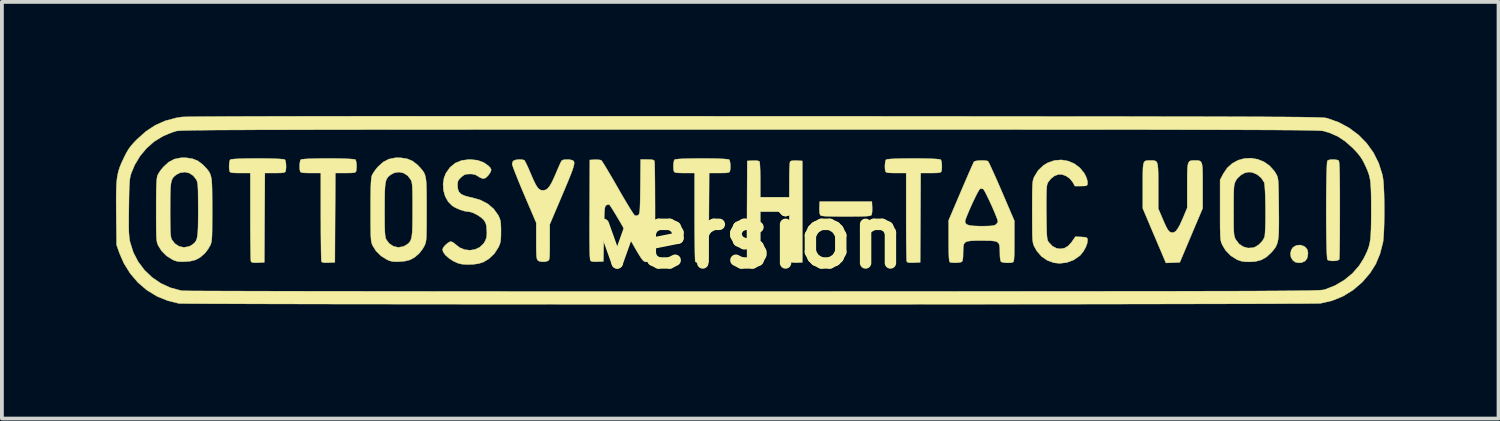
<source format=kicad_pcb>
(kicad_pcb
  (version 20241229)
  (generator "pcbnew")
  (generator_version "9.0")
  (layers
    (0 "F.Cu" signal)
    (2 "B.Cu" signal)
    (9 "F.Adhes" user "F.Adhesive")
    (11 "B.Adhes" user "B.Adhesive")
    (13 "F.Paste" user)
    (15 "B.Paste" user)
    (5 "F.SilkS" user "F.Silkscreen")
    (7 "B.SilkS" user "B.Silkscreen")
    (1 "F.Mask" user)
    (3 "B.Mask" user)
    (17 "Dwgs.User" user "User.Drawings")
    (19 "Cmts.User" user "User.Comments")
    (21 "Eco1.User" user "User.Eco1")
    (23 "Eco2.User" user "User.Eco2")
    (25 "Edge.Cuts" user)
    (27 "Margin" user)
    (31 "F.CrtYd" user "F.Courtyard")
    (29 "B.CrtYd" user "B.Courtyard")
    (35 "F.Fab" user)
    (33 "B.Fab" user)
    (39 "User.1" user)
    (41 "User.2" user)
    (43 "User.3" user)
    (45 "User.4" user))
  (footprint "version"
    (layer "F.Cu")
    (at 16.665 3.176)
    (property "Reference" "version" (at 0 0 0) (layer "F.SilkS") (effects (font (size 1.524 1.524) (thickness 0.3))))
    (attr through_hole)
    (fp_poly (pts (xy 14.575 0.248) (xy 14.616 0.278) (xy 14.662 0.336) (xy 14.68 0.408) (xy 14.681 0.45) (xy 14.662 0.562) (xy 14.606 0.639) (xy 14.515 0.68) (xy 14.453 0.686) (xy 14.361 0.673) (xy 14.291 0.628) (xy 14.286 0.623) (xy 14.235 0.54) (xy 14.221 0.441) (xy 14.243 0.344) (xy 14.289 0.278) (xy 14.377 0.227) (xy 14.479 0.217) (xy 14.575 0.248)) (stroke (width 0.01) (type solid)) (fill yes) (layer "F.SilkS"))
    (fp_poly (pts (xy 3.221 -0.766) (xy 3.22 -0.665) (xy 3.21 -0.593) (xy 3.199 -0.569) (xy 3.181 -0.558) (xy 3.144 -0.549) (xy 3.083 -0.543) (xy 2.993 -0.538) (xy 2.868 -0.535) (xy 2.702 -0.534) (xy 2.527 -0.533) (xy 2.323 -0.534) (xy 2.164 -0.536) (xy 2.045 -0.539) (xy 1.96 -0.543) (xy 1.903 -0.55) (xy 1.87 -0.56) (xy 1.856 -0.569) (xy 1.84 -0.617) (xy 1.833 -0.702) (xy 1.834 -0.766) (xy 1.841 -0.927) (xy 3.213 -0.927) (xy 3.221 -0.766)) (stroke (width 0.01) (type solid)) (fill yes) (layer "F.SilkS"))
    (fp_poly (pts (xy 15.398 -2.028) (xy 15.464 -2.015) (xy 15.489 -2.002) (xy 15.496 -1.981) (xy 15.503 -1.933) (xy 15.508 -1.854) (xy 15.512 -1.743) (xy 15.515 -1.594) (xy 15.517 -1.406) (xy 15.519 -1.175) (xy 15.519 -0.898) (xy 15.519 -0.708) (xy 15.519 -0.459) (xy 15.518 -0.224) (xy 15.517 -0.009) (xy 15.515 0.181) (xy 15.513 0.341) (xy 15.51 0.467) (xy 15.507 0.552) (xy 15.504 0.593) (xy 15.504 0.595) (xy 15.471 0.619) (xy 15.406 0.632) (xy 15.328 0.636) (xy 15.253 0.629) (xy 15.2 0.61) (xy 15.194 0.605) (xy 15.187 0.572) (xy 15.181 0.495) (xy 15.175 0.38) (xy 15.171 0.231) (xy 15.167 0.055) (xy 15.164 -0.142) (xy 15.162 -0.354) (xy 15.161 -0.575) (xy 15.161 -0.8) (xy 15.162 -1.022) (xy 15.164 -1.235) (xy 15.167 -1.434) (xy 15.17 -1.612) (xy 15.175 -1.764) (xy 15.18 -1.883) (xy 15.186 -1.964) (xy 15.194 -2.001) (xy 15.194 -2.002) (xy 15.241 -2.022) (xy 15.316 -2.031) (xy 15.398 -2.028)) (stroke (width 0.01) (type solid)) (fill yes) (layer "F.SilkS"))
    (fp_poly (pts (xy -12.81 -2.059) (xy -12.649 -2.057) (xy -12.502 -2.053) (xy -12.378 -2.047) (xy -12.285 -2.04) (xy -12.232 -2.031) (xy -12.222 -2.027) (xy -12.205 -1.984) (xy -12.195 -1.911) (xy -12.192 -1.826) (xy -12.199 -1.75) (xy -12.207 -1.717) (xy -12.223 -1.698) (xy -12.259 -1.686) (xy -12.323 -1.679) (xy -12.426 -1.677) (xy -12.487 -1.676) (xy -12.75 -1.676) (xy -12.757 -0.502) (xy -12.764 0.673) (xy -12.932 0.681) (xy -13.026 0.682) (xy -13.082 0.676) (xy -13.109 0.659) (xy -13.116 0.647) (xy -13.119 0.613) (xy -13.122 0.535) (xy -13.125 0.416) (xy -13.127 0.262) (xy -13.129 0.079) (xy -13.131 -0.129) (xy -13.132 -0.355) (xy -13.132 -0.535) (xy -13.132 -1.676) (xy -13.396 -1.676) (xy -13.518 -1.678) (xy -13.599 -1.682) (xy -13.646 -1.692) (xy -13.67 -1.707) (xy -13.675 -1.717) (xy -13.688 -1.779) (xy -13.69 -1.861) (xy -13.685 -1.943) (xy -13.671 -2.007) (xy -13.66 -2.027) (xy -13.626 -2.037) (xy -13.548 -2.045) (xy -13.437 -2.051) (xy -13.299 -2.055) (xy -13.143 -2.058) (xy -12.977 -2.059) (xy -12.81 -2.059)) (stroke (width 0.01) (type solid)) (fill yes) (layer "F.SilkS"))
    (fp_poly (pts (xy -10.956 -2.059) (xy -10.794 -2.057) (xy -10.648 -2.053) (xy -10.524 -2.047) (xy -10.431 -2.04) (xy -10.377 -2.031) (xy -10.368 -2.027) (xy -10.351 -1.984) (xy -10.34 -1.911) (xy -10.338 -1.826) (xy -10.345 -1.75) (xy -10.353 -1.717) (xy -10.369 -1.698) (xy -10.404 -1.686) (xy -10.469 -1.679) (xy -10.571 -1.677) (xy -10.632 -1.676) (xy -10.896 -1.676) (xy -10.903 -0.502) (xy -10.909 0.673) (xy -11.078 0.681) (xy -11.172 0.682) (xy -11.227 0.676) (xy -11.255 0.659) (xy -11.262 0.647) (xy -11.265 0.613) (xy -11.268 0.535) (xy -11.271 0.416) (xy -11.273 0.262) (xy -11.275 0.079) (xy -11.277 -0.129) (xy -11.277 -0.355) (xy -11.278 -0.535) (xy -11.278 -1.676) (xy -11.542 -1.676) (xy -11.664 -1.678) (xy -11.745 -1.682) (xy -11.792 -1.692) (xy -11.816 -1.707) (xy -11.821 -1.717) (xy -11.833 -1.779) (xy -11.836 -1.861) (xy -11.83 -1.943) (xy -11.817 -2.007) (xy -11.806 -2.027) (xy -11.771 -2.037) (xy -11.694 -2.045) (xy -11.583 -2.051) (xy -11.445 -2.055) (xy -11.289 -2.058) (xy -11.123 -2.059) (xy -10.956 -2.059)) (stroke (width 0.01) (type solid)) (fill yes) (layer "F.SilkS"))
    (fp_poly (pts (xy -1.126 -2.059) (xy -0.965 -2.057) (xy -0.818 -2.053) (xy -0.694 -2.047) (xy -0.601 -2.04) (xy -0.548 -2.031) (xy -0.538 -2.027) (xy -0.521 -1.984) (xy -0.511 -1.911) (xy -0.508 -1.826) (xy -0.515 -1.75) (xy -0.523 -1.717) (xy -0.539 -1.698) (xy -0.575 -1.686) (xy -0.639 -1.679) (xy -0.742 -1.677) (xy -0.803 -1.676) (xy -1.066 -1.676) (xy -1.073 -0.502) (xy -1.079 0.673) (xy -1.248 0.681) (xy -1.342 0.682) (xy -1.398 0.676) (xy -1.425 0.659) (xy -1.432 0.647) (xy -1.435 0.613) (xy -1.438 0.535) (xy -1.441 0.416) (xy -1.443 0.262) (xy -1.445 0.079) (xy -1.447 -0.129) (xy -1.448 -0.355) (xy -1.448 -0.535) (xy -1.448 -1.676) (xy -1.712 -1.676) (xy -1.834 -1.678) (xy -1.915 -1.682) (xy -1.962 -1.692) (xy -1.986 -1.707) (xy -1.991 -1.717) (xy -2.004 -1.779) (xy -2.006 -1.861) (xy -2.001 -1.943) (xy -1.987 -2.007) (xy -1.976 -2.027) (xy -1.942 -2.037) (xy -1.864 -2.045) (xy -1.753 -2.051) (xy -1.615 -2.055) (xy -1.459 -2.058) (xy -1.293 -2.059) (xy -1.126 -2.059)) (stroke (width 0.01) (type solid)) (fill yes) (layer "F.SilkS"))
    (fp_poly (pts (xy 4.437 -2.059) (xy 4.598 -2.057) (xy 4.745 -2.053) (xy 4.868 -2.047) (xy 4.961 -2.04) (xy 5.015 -2.031) (xy 5.024 -2.027) (xy 5.042 -1.984) (xy 5.052 -1.911) (xy 5.054 -1.826) (xy 5.048 -1.75) (xy 5.039 -1.717) (xy 5.024 -1.698) (xy 4.988 -1.686) (xy 4.923 -1.679) (xy 4.821 -1.677) (xy 4.76 -1.676) (xy 4.496 -1.676) (xy 4.49 -0.502) (xy 4.483 0.673) (xy 4.315 0.681) (xy 4.22 0.682) (xy 4.165 0.676) (xy 4.137 0.659) (xy 4.131 0.647) (xy 4.127 0.613) (xy 4.124 0.535) (xy 4.122 0.416) (xy 4.119 0.262) (xy 4.117 0.079) (xy 4.116 -0.129) (xy 4.115 -0.355) (xy 4.115 -0.535) (xy 4.115 -1.676) (xy 3.851 -1.676) (xy 3.728 -1.678) (xy 3.648 -1.682) (xy 3.6 -1.692) (xy 3.577 -1.707) (xy 3.571 -1.717) (xy 3.559 -1.779) (xy 3.556 -1.861) (xy 3.562 -1.943) (xy 3.575 -2.007) (xy 3.586 -2.027) (xy 3.621 -2.037) (xy 3.698 -2.045) (xy 3.81 -2.051) (xy 3.947 -2.055) (xy 4.103 -2.058) (xy 4.269 -2.059) (xy 4.437 -2.059)) (stroke (width 0.01) (type solid)) (fill yes) (layer "F.SilkS"))
    (fp_poly (pts (xy 1.234 -2.002) (xy 1.384 -1.994) (xy 1.384 0.673) (xy 1.249 0.681) (xy 1.161 0.68) (xy 1.095 0.668) (xy 1.077 0.659) (xy 1.066 0.641) (xy 1.057 0.605) (xy 1.051 0.545) (xy 1.046 0.456) (xy 1.043 0.332) (xy 1.042 0.167) (xy 1.041 -0.016) (xy 1.041 -0.66) (xy 0.279 -0.66) (xy 0.279 -0.027) (xy 0.279 0.149) (xy 0.277 0.309) (xy 0.275 0.446) (xy 0.271 0.554) (xy 0.267 0.623) (xy 0.264 0.646) (xy 0.232 0.668) (xy 0.167 0.683) (xy 0.088 0.688) (xy 0.011 0.684) (xy -0.046 0.67) (xy -0.065 0.654) (xy -0.067 0.623) (xy -0.069 0.546) (xy -0.07 0.429) (xy -0.071 0.275) (xy -0.072 0.09) (xy -0.072 -0.122) (xy -0.071 -0.355) (xy -0.07 -0.604) (xy -0.07 -0.686) (xy -0.064 -1.994) (xy 0.087 -2.002) (xy 0.189 -2.001) (xy 0.246 -1.987) (xy 0.258 -1.976) (xy 0.264 -1.941) (xy 0.27 -1.864) (xy 0.275 -1.754) (xy 0.278 -1.62) (xy 0.279 -1.492) (xy 0.279 -1.041) (xy 1.041 -1.041) (xy 1.042 -1.492) (xy 1.043 -1.64) (xy 1.046 -1.771) (xy 1.051 -1.877) (xy 1.057 -1.949) (xy 1.063 -1.976) (xy 1.101 -1.997) (xy 1.183 -2.003) (xy 1.234 -2.002)) (stroke (width 0.01) (type solid)) (fill yes) (layer "F.SilkS"))
    (fp_poly (pts (xy 10.55 -2.007) (xy 10.608 -2.006) (xy 10.654 -1.999) (xy 10.688 -1.982) (xy 10.712 -1.948) (xy 10.728 -1.891) (xy 10.737 -1.805) (xy 10.742 -1.686) (xy 10.744 -1.527) (xy 10.744 -1.334) (xy 10.744 -0.74) (xy 10.851 -0.491) (xy 10.911 -0.351) (xy 10.958 -0.252) (xy 10.996 -0.185) (xy 11.029 -0.144) (xy 11.063 -0.121) (xy 11.092 -0.111) (xy 11.146 -0.111) (xy 11.2 -0.142) (xy 11.254 -0.209) (xy 11.314 -0.315) (xy 11.383 -0.467) (xy 11.391 -0.485) (xy 11.506 -0.76) (xy 11.506 -1.344) (xy 11.506 -1.544) (xy 11.508 -1.699) (xy 11.513 -1.815) (xy 11.524 -1.898) (xy 11.541 -1.952) (xy 11.567 -1.985) (xy 11.603 -2.001) (xy 11.652 -2.006) (xy 11.709 -2.007) (xy 11.771 -2.006) (xy 11.818 -2) (xy 11.854 -1.983) (xy 11.879 -1.95) (xy 11.896 -1.894) (xy 11.906 -1.81) (xy 11.911 -1.693) (xy 11.912 -1.536) (xy 11.912 -1.338) (xy 11.912 -0.749) (xy 11.611 -0.038) (xy 11.311 0.673) (xy 11.128 0.681) (xy 10.946 0.688) (xy 10.91 0.604) (xy 10.891 0.559) (xy 10.855 0.474) (xy 10.805 0.356) (xy 10.744 0.214) (xy 10.676 0.052) (xy 10.606 -0.111) (xy 10.338 -0.744) (xy 10.338 -1.349) (xy 10.338 -1.548) (xy 10.339 -1.703) (xy 10.343 -1.818) (xy 10.352 -1.9) (xy 10.368 -1.954) (xy 10.393 -1.986) (xy 10.428 -2.001) (xy 10.475 -2.006) (xy 10.537 -2.007) (xy 10.55 -2.007)) (stroke (width 0.01) (type solid)) (fill yes) (layer "F.SilkS"))
    (fp_poly (pts (xy -4.743 -2.028) (xy -4.68 -2.016) (xy -4.648 -2.004) (xy -4.627 -1.986) (xy -4.616 -1.956) (xy -4.618 -1.91) (xy -4.633 -1.843) (xy -4.662 -1.751) (xy -4.708 -1.63) (xy -4.771 -1.475) (xy -4.852 -1.281) (xy -4.926 -1.106) (xy -5.258 -0.325) (xy -5.258 0.141) (xy -5.258 0.306) (xy -5.26 0.428) (xy -5.263 0.513) (xy -5.269 0.57) (xy -5.278 0.604) (xy -5.291 0.623) (xy -5.307 0.634) (xy -5.382 0.656) (xy -5.468 0.658) (xy -5.544 0.64) (xy -5.573 0.62) (xy -5.588 0.599) (xy -5.598 0.562) (xy -5.606 0.503) (xy -5.61 0.415) (xy -5.613 0.291) (xy -5.613 0.123) (xy -5.613 0.107) (xy -5.613 -0.367) (xy -5.931 -1.11) (xy -6.009 -1.295) (xy -6.08 -1.466) (xy -6.141 -1.619) (xy -6.191 -1.747) (xy -6.227 -1.843) (xy -6.246 -1.903) (xy -6.248 -1.916) (xy -6.229 -1.978) (xy -6.199 -2.006) (xy -6.138 -2.024) (xy -6.057 -2.031) (xy -5.978 -2.027) (xy -5.927 -2.013) (xy -5.908 -1.984) (xy -5.873 -1.916) (xy -5.828 -1.82) (xy -5.777 -1.702) (xy -5.755 -1.651) (xy -5.687 -1.494) (xy -5.631 -1.379) (xy -5.582 -1.3) (xy -5.537 -1.251) (xy -5.489 -1.226) (xy -5.435 -1.219) (xy -5.434 -1.219) (xy -5.373 -1.23) (xy -5.317 -1.265) (xy -5.262 -1.33) (xy -5.203 -1.431) (xy -5.136 -1.574) (xy -5.103 -1.651) (xy -5.052 -1.77) (xy -5.007 -1.874) (xy -4.97 -1.953) (xy -4.948 -1.996) (xy -4.946 -2) (xy -4.904 -2.021) (xy -4.83 -2.031) (xy -4.743 -2.028)) (stroke (width 0.01) (type solid)) (fill yes) (layer "F.SilkS"))
    (fp_poly (pts (xy 8.375 -1.991) (xy 8.539 -1.921) (xy 8.682 -1.813) (xy 8.798 -1.671) (xy 8.844 -1.582) (xy 8.873 -1.5) (xy 8.886 -1.424) (xy 8.885 -1.402) (xy 8.878 -1.365) (xy 8.86 -1.345) (xy 8.819 -1.336) (xy 8.741 -1.334) (xy 8.714 -1.333) (xy 8.552 -1.333) (xy 8.495 -1.435) (xy 8.42 -1.529) (xy 8.319 -1.6) (xy 8.209 -1.639) (xy 8.116 -1.64) (xy 8.013 -1.599) (xy 7.917 -1.524) (xy 7.845 -1.43) (xy 7.822 -1.376) (xy 7.813 -1.316) (xy 7.806 -1.208) (xy 7.802 -1.055) (xy 7.801 -0.86) (xy 7.802 -0.625) (xy 7.803 -0.605) (xy 7.805 -0.401) (xy 7.808 -0.241) (xy 7.811 -0.12) (xy 7.816 -0.031) (xy 7.822 0.033) (xy 7.831 0.078) (xy 7.842 0.109) (xy 7.856 0.134) (xy 7.863 0.143) (xy 7.961 0.247) (xy 8.068 0.303) (xy 8.166 0.318) (xy 8.274 0.301) (xy 8.369 0.247) (xy 8.46 0.15) (xy 8.492 0.104) (xy 8.565 -0.002) (xy 8.721 0.005) (xy 8.807 0.011) (xy 8.855 0.021) (xy 8.877 0.041) (xy 8.885 0.078) (xy 8.885 0.081) (xy 8.876 0.168) (xy 8.838 0.273) (xy 8.778 0.381) (xy 8.704 0.475) (xy 8.681 0.498) (xy 8.522 0.609) (xy 8.342 0.677) (xy 8.152 0.7) (xy 8.005 0.685) (xy 7.831 0.624) (xy 7.678 0.52) (xy 7.552 0.377) (xy 7.483 0.254) (xy 7.468 0.22) (xy 7.456 0.184) (xy 7.447 0.14) (xy 7.44 0.083) (xy 7.435 0.006) (xy 7.432 -0.097) (xy 7.431 -0.232) (xy 7.43 -0.404) (xy 7.43 -0.621) (xy 7.429 -0.66) (xy 7.43 -0.884) (xy 7.43 -1.063) (xy 7.432 -1.204) (xy 7.435 -1.311) (xy 7.439 -1.392) (xy 7.446 -1.453) (xy 7.454 -1.498) (xy 7.466 -1.535) (xy 7.48 -1.57) (xy 7.483 -1.576) (xy 7.587 -1.746) (xy 7.726 -1.878) (xy 7.84 -1.946) (xy 8.017 -2.007) (xy 8.198 -2.021) (xy 8.375 -1.991)) (stroke (width 0.01) (type solid)) (fill yes) (layer "F.SilkS"))
    (fp_poly (pts (xy -7.158 -2.012) (xy -6.992 -1.951) (xy -6.874 -1.868) (xy -6.819 -1.811) (xy -6.798 -1.762) (xy -6.812 -1.707) (xy -6.861 -1.633) (xy -6.882 -1.607) (xy -6.947 -1.545) (xy -7.013 -1.528) (xy -7.092 -1.557) (xy -7.137 -1.587) (xy -7.212 -1.63) (xy -7.297 -1.649) (xy -7.359 -1.651) (xy -7.446 -1.646) (xy -7.508 -1.626) (xy -7.569 -1.582) (xy -7.589 -1.564) (xy -7.648 -1.503) (xy -7.676 -1.449) (xy -7.683 -1.379) (xy -7.684 -1.365) (xy -7.676 -1.26) (xy -7.647 -1.181) (xy -7.591 -1.123) (xy -7.501 -1.079) (xy -7.37 -1.043) (xy -7.301 -1.029) (xy -7.079 -0.965) (xy -6.889 -0.866) (xy -6.733 -0.733) (xy -6.615 -0.569) (xy -6.599 -0.538) (xy -6.572 -0.477) (xy -6.555 -0.415) (xy -6.545 -0.338) (xy -6.541 -0.234) (xy -6.54 -0.14) (xy -6.542 -0.012) (xy -6.547 0.08) (xy -6.558 0.149) (xy -6.578 0.211) (xy -6.609 0.28) (xy -6.611 0.283) (xy -6.717 0.446) (xy -6.859 0.58) (xy -7.007 0.668) (xy -7.126 0.705) (xy -7.273 0.726) (xy -7.428 0.731) (xy -7.572 0.72) (xy -7.671 0.696) (xy -7.798 0.638) (xy -7.91 0.564) (xy -8.001 0.483) (xy -8.059 0.402) (xy -8.077 0.336) (xy -8.058 0.285) (xy -8.009 0.225) (xy -7.946 0.169) (xy -7.886 0.133) (xy -7.858 0.127) (xy -7.807 0.145) (xy -7.75 0.188) (xy -7.745 0.193) (xy -7.629 0.285) (xy -7.497 0.339) (xy -7.359 0.355) (xy -7.223 0.334) (xy -7.102 0.278) (xy -7.003 0.186) (xy -6.965 0.127) (xy -6.932 0.053) (xy -6.915 -0.018) (xy -6.911 -0.108) (xy -6.914 -0.167) (xy -6.922 -0.274) (xy -6.939 -0.348) (xy -6.97 -0.408) (xy -6.991 -0.439) (xy -7.059 -0.504) (xy -7.153 -0.568) (xy -7.257 -0.622) (xy -7.352 -0.654) (xy -7.398 -0.66) (xy -7.501 -0.675) (xy -7.623 -0.713) (xy -7.743 -0.767) (xy -7.821 -0.814) (xy -7.929 -0.922) (xy -8.007 -1.061) (xy -8.052 -1.22) (xy -8.063 -1.387) (xy -8.037 -1.551) (xy -7.987 -1.674) (xy -7.879 -1.826) (xy -7.745 -1.936) (xy -7.582 -2.004) (xy -7.39 -2.031) (xy -7.353 -2.032) (xy -7.158 -2.012)) (stroke (width 0.01) (type solid)) (fill yes) (layer "F.SilkS"))
    (fp_poly (pts (xy -2.595 -2.029) (xy -2.537 -2.019) (xy -2.509 -2) (xy -2.505 -1.992) (xy -2.502 -1.959) (xy -2.499 -1.881) (xy -2.496 -1.761) (xy -2.494 -1.606) (xy -2.492 -1.421) (xy -2.491 -1.209) (xy -2.49 -0.977) (xy -2.489 -0.728) (xy -2.489 -0.676) (xy -2.49 -0.369) (xy -2.491 -0.109) (xy -2.492 0.106) (xy -2.495 0.28) (xy -2.498 0.415) (xy -2.503 0.514) (xy -2.508 0.582) (xy -2.515 0.62) (xy -2.52 0.63) (xy -2.562 0.648) (xy -2.634 0.659) (xy -2.67 0.66) (xy -2.705 0.661) (xy -2.735 0.66) (xy -2.761 0.654) (xy -2.787 0.639) (xy -2.817 0.609) (xy -2.853 0.562) (xy -2.898 0.492) (xy -2.956 0.397) (xy -3.029 0.271) (xy -3.121 0.111) (xy -3.234 -0.088) (xy -3.273 -0.156) (xy -3.37 -0.325) (xy -3.46 -0.479) (xy -3.541 -0.614) (xy -3.608 -0.723) (xy -3.658 -0.8) (xy -3.688 -0.842) (xy -3.694 -0.847) (xy -3.74 -0.844) (xy -3.776 -0.826) (xy -3.79 -0.812) (xy -3.801 -0.791) (xy -3.809 -0.755) (xy -3.816 -0.7) (xy -3.822 -0.62) (xy -3.826 -0.508) (xy -3.83 -0.36) (xy -3.834 -0.169) (xy -3.835 -0.072) (xy -3.848 0.648) (xy -4.003 0.655) (xy -4.106 0.655) (xy -4.167 0.642) (xy -4.187 0.627) (xy -4.194 0.604) (xy -4.2 0.552) (xy -4.205 0.467) (xy -4.208 0.348) (xy -4.21 0.191) (xy -4.212 -0.007) (xy -4.212 -0.249) (xy -4.211 -0.537) (xy -4.21 -0.714) (xy -4.204 -2.019) (xy -4.068 -2.027) (xy -3.979 -2.026) (xy -3.914 -2.014) (xy -3.897 -2.005) (xy -3.876 -1.976) (xy -3.833 -1.908) (xy -3.772 -1.808) (xy -3.696 -1.68) (xy -3.608 -1.53) (xy -3.512 -1.364) (xy -3.463 -1.278) (xy -3.364 -1.106) (xy -3.271 -0.948) (xy -3.188 -0.81) (xy -3.118 -0.696) (xy -3.064 -0.614) (xy -3.03 -0.567) (xy -3.022 -0.559) (xy -2.963 -0.553) (xy -2.931 -0.57) (xy -2.917 -0.584) (xy -2.906 -0.604) (xy -2.897 -0.638) (xy -2.89 -0.69) (xy -2.886 -0.767) (xy -2.882 -0.875) (xy -2.879 -1.018) (xy -2.877 -1.204) (xy -2.875 -1.319) (xy -2.868 -2.032) (xy -2.694 -2.032) (xy -2.595 -2.029)) (stroke (width 0.01) (type solid)) (fill yes) (layer "F.SilkS"))
    (fp_poly (pts (xy 13.36 -2.037) (xy 13.524 -1.971) (xy 13.672 -1.867) (xy 13.798 -1.726) (xy 13.852 -1.638) (xy 13.867 -1.607) (xy 13.88 -1.574) (xy 13.889 -1.533) (xy 13.897 -1.478) (xy 13.902 -1.403) (xy 13.906 -1.301) (xy 13.909 -1.168) (xy 13.912 -0.996) (xy 13.914 -0.78) (xy 13.914 -0.754) (xy 13.916 -0.509) (xy 13.916 -0.31) (xy 13.913 -0.149) (xy 13.907 -0.02) (xy 13.895 0.081) (xy 13.877 0.163) (xy 13.852 0.229) (xy 13.82 0.288) (xy 13.778 0.344) (xy 13.726 0.404) (xy 13.721 0.41) (xy 13.593 0.53) (xy 13.457 0.608) (xy 13.302 0.65) (xy 13.145 0.66) (xy 13.02 0.656) (xy 12.925 0.641) (xy 12.838 0.611) (xy 12.812 0.6) (xy 12.648 0.496) (xy 12.513 0.355) (xy 12.431 0.218) (xy 12.414 0.181) (xy 12.4 0.145) (xy 12.39 0.104) (xy 12.382 0.052) (xy 12.377 -0.016) (xy 12.374 -0.108) (xy 12.371 -0.229) (xy 12.37 -0.385) (xy 12.37 -0.583) (xy 12.37 -0.694) (xy 12.725 -0.694) (xy 12.726 -0.494) (xy 12.726 -0.337) (xy 12.728 -0.217) (xy 12.732 -0.128) (xy 12.738 -0.063) (xy 12.746 -0.015) (xy 12.758 0.023) (xy 12.774 0.058) (xy 12.784 0.077) (xy 12.868 0.187) (xy 12.978 0.262) (xy 13.103 0.297) (xy 13.234 0.289) (xy 13.291 0.27) (xy 13.392 0.206) (xy 13.48 0.114) (xy 13.537 0.017) (xy 13.547 -0.036) (xy 13.554 -0.13) (xy 13.56 -0.258) (xy 13.564 -0.409) (xy 13.565 -0.576) (xy 13.565 -0.749) (xy 13.562 -0.92) (xy 13.558 -1.08) (xy 13.552 -1.221) (xy 13.544 -1.333) (xy 13.535 -1.407) (xy 13.529 -1.43) (xy 13.453 -1.547) (xy 13.345 -1.637) (xy 13.218 -1.691) (xy 13.126 -1.702) (xy 13.02 -1.68) (xy 12.913 -1.62) (xy 12.823 -1.535) (xy 12.779 -1.466) (xy 12.762 -1.429) (xy 12.75 -1.391) (xy 12.74 -1.344) (xy 12.734 -1.281) (xy 12.73 -1.196) (xy 12.727 -1.083) (xy 12.726 -0.933) (xy 12.725 -0.741) (xy 12.725 -0.694) (xy 12.37 -0.694) (xy 12.37 -0.703) (xy 12.37 -1.494) (xy 12.453 -1.654) (xy 12.56 -1.812) (xy 12.694 -1.932) (xy 12.848 -2.014) (xy 13.015 -2.059) (xy 13.188 -2.067) (xy 13.36 -2.037)) (stroke (width 0.01) (type solid)) (fill yes) (layer "F.SilkS"))
    (fp_poly (pts (xy 6.177 -2.004) (xy 6.243 -1.995) (xy 6.266 -1.987) (xy 6.283 -1.96) (xy 6.317 -1.891) (xy 6.365 -1.787) (xy 6.426 -1.654) (xy 6.497 -1.495) (xy 6.574 -1.319) (xy 6.628 -1.194) (xy 6.96 -0.42) (xy 6.96 0.117) (xy 6.959 0.298) (xy 6.958 0.435) (xy 6.954 0.533) (xy 6.949 0.6) (xy 6.942 0.641) (xy 6.931 0.662) (xy 6.919 0.67) (xy 6.857 0.683) (xy 6.775 0.686) (xy 6.693 0.68) (xy 6.629 0.666) (xy 6.609 0.655) (xy 6.593 0.612) (xy 6.582 0.527) (xy 6.579 0.414) (xy 6.577 0.306) (xy 6.569 0.226) (xy 6.547 0.17) (xy 6.505 0.134) (xy 6.435 0.114) (xy 6.332 0.104) (xy 6.188 0.102) (xy 6.096 0.102) (xy 5.929 0.102) (xy 5.805 0.108) (xy 5.719 0.122) (xy 5.664 0.149) (xy 5.632 0.194) (xy 5.618 0.261) (xy 5.614 0.355) (xy 5.613 0.414) (xy 5.61 0.532) (xy 5.599 0.615) (xy 5.583 0.655) (xy 5.542 0.671) (xy 5.47 0.681) (xy 5.386 0.684) (xy 5.309 0.679) (xy 5.264 0.669) (xy 5.253 0.651) (xy 5.245 0.606) (xy 5.239 0.528) (xy 5.235 0.411) (xy 5.233 0.253) (xy 5.232 0.112) (xy 5.232 -0.404) (xy 5.664 -0.404) (xy 5.675 -0.357) (xy 5.711 -0.322) (xy 5.778 -0.299) (xy 5.881 -0.286) (xy 6.027 -0.28) (xy 6.096 -0.279) (xy 6.241 -0.281) (xy 6.344 -0.286) (xy 6.413 -0.296) (xy 6.458 -0.311) (xy 6.471 -0.319) (xy 6.514 -0.363) (xy 6.527 -0.401) (xy 6.517 -0.446) (xy 6.488 -0.524) (xy 6.446 -0.628) (xy 6.395 -0.747) (xy 6.339 -0.872) (xy 6.282 -0.993) (xy 6.229 -1.102) (xy 6.185 -1.188) (xy 6.152 -1.242) (xy 6.14 -1.255) (xy 6.085 -1.269) (xy 6.052 -1.254) (xy 6.028 -1.223) (xy 5.989 -1.154) (xy 5.94 -1.057) (xy 5.884 -0.942) (xy 5.827 -0.818) (xy 5.772 -0.694) (xy 5.725 -0.581) (xy 5.688 -0.488) (xy 5.667 -0.423) (xy 5.664 -0.404) (xy 5.232 -0.404) (xy 5.232 -0.432) (xy 5.554 -1.188) (xy 5.633 -1.372) (xy 5.706 -1.542) (xy 5.771 -1.692) (xy 5.826 -1.816) (xy 5.867 -1.908) (xy 5.893 -1.963) (xy 5.9 -1.975) (xy 5.937 -1.991) (xy 6.007 -2.002) (xy 6.093 -2.006) (xy 6.177 -2.004)) (stroke (width 0.01) (type solid)) (fill yes) (layer "F.SilkS"))
    (fp_poly (pts (xy -14.653 -2.052) (xy -14.513 -1.996) (xy -14.387 -1.901) (xy -14.329 -1.842) (xy -14.278 -1.787) (xy -14.237 -1.737) (xy -14.205 -1.688) (xy -14.181 -1.633) (xy -14.163 -1.567) (xy -14.15 -1.482) (xy -14.142 -1.374) (xy -14.138 -1.236) (xy -14.136 -1.063) (xy -14.135 -0.848) (xy -14.135 -0.711) (xy -14.135 -0.484) (xy -14.136 -0.301) (xy -14.137 -0.158) (xy -14.14 -0.047) (xy -14.144 0.036) (xy -14.15 0.099) (xy -14.158 0.146) (xy -14.169 0.183) (xy -14.183 0.218) (xy -14.19 0.232) (xy -14.242 0.323) (xy -14.312 0.415) (xy -14.343 0.449) (xy -14.456 0.545) (xy -14.573 0.608) (xy -14.71 0.642) (xy -14.846 0.654) (xy -14.96 0.656) (xy -15.042 0.649) (xy -15.114 0.629) (xy -15.179 0.601) (xy -15.335 0.503) (xy -15.465 0.373) (xy -15.554 0.231) (xy -15.569 0.196) (xy -15.581 0.161) (xy -15.59 0.118) (xy -15.597 0.061) (xy -15.602 -0.014) (xy -15.605 -0.115) (xy -15.607 -0.246) (xy -15.608 -0.415) (xy -15.608 -0.627) (xy -15.608 -0.699) (xy -15.608 -0.707) (xy -15.24 -0.707) (xy -15.24 -0.497) (xy -15.238 -0.331) (xy -15.236 -0.204) (xy -15.232 -0.108) (xy -15.226 -0.038) (xy -15.218 0.013) (xy -15.207 0.051) (xy -15.196 0.076) (xy -15.117 0.179) (xy -15.01 0.25) (xy -14.886 0.279) (xy -14.872 0.279) (xy -14.745 0.256) (xy -14.679 0.222) (xy -14.63 0.187) (xy -14.592 0.152) (xy -14.562 0.109) (xy -14.539 0.054) (xy -14.524 -0.021) (xy -14.513 -0.12) (xy -14.507 -0.25) (xy -14.504 -0.417) (xy -14.503 -0.627) (xy -14.503 -0.712) (xy -14.504 -0.921) (xy -14.505 -1.086) (xy -14.507 -1.213) (xy -14.511 -1.308) (xy -14.516 -1.378) (xy -14.524 -1.428) (xy -14.535 -1.465) (xy -14.549 -1.496) (xy -14.55 -1.499) (xy -14.632 -1.606) (xy -14.737 -1.674) (xy -14.855 -1.701) (xy -14.977 -1.684) (xy -15.065 -1.64) (xy -15.114 -1.605) (xy -15.152 -1.569) (xy -15.182 -1.526) (xy -15.204 -1.471) (xy -15.22 -1.396) (xy -15.23 -1.297) (xy -15.236 -1.167) (xy -15.239 -1) (xy -15.24 -0.79) (xy -15.24 -0.707) (xy -15.608 -0.707) (xy -15.608 -0.945) (xy -15.606 -1.146) (xy -15.603 -1.305) (xy -15.598 -1.426) (xy -15.591 -1.516) (xy -15.582 -1.576) (xy -15.575 -1.607) (xy -15.54 -1.674) (xy -15.482 -1.759) (xy -15.414 -1.84) (xy -15.277 -1.964) (xy -15.128 -2.042) (xy -14.959 -2.076) (xy -14.821 -2.077) (xy -14.653 -2.052)) (stroke (width 0.01) (type solid)) (fill yes) (layer "F.SilkS"))
    (fp_poly (pts (xy -9.014 -2.052) (xy -8.875 -1.996) (xy -8.748 -1.901) (xy -8.69 -1.842) (xy -8.64 -1.787) (xy -8.599 -1.737) (xy -8.566 -1.688) (xy -8.542 -1.633) (xy -8.524 -1.567) (xy -8.511 -1.482) (xy -8.503 -1.374) (xy -8.499 -1.236) (xy -8.497 -1.063) (xy -8.496 -0.848) (xy -8.496 -0.711) (xy -8.496 -0.484) (xy -8.497 -0.301) (xy -8.499 -0.158) (xy -8.501 -0.047) (xy -8.505 0.036) (xy -8.511 0.099) (xy -8.52 0.146) (xy -8.53 0.183) (xy -8.544 0.218) (xy -8.551 0.232) (xy -8.603 0.323) (xy -8.673 0.415) (xy -8.704 0.449) (xy -8.817 0.545) (xy -8.934 0.608) (xy -9.071 0.642) (xy -9.207 0.654) (xy -9.321 0.656) (xy -9.403 0.649) (xy -9.475 0.629) (xy -9.54 0.601) (xy -9.696 0.503) (xy -9.827 0.373) (xy -9.916 0.231) (xy -9.931 0.196) (xy -9.942 0.161) (xy -9.952 0.118) (xy -9.958 0.061) (xy -9.963 -0.014) (xy -9.966 -0.115) (xy -9.968 -0.246) (xy -9.969 -0.415) (xy -9.969 -0.627) (xy -9.97 -0.699) (xy -9.969 -0.707) (xy -9.601 -0.707) (xy -9.601 -0.497) (xy -9.6 -0.331) (xy -9.597 -0.204) (xy -9.593 -0.108) (xy -9.587 -0.038) (xy -9.579 0.013) (xy -9.568 0.051) (xy -9.557 0.076) (xy -9.478 0.179) (xy -9.371 0.25) (xy -9.247 0.279) (xy -9.233 0.279) (xy -9.106 0.256) (xy -9.04 0.222) (xy -8.991 0.187) (xy -8.953 0.152) (xy -8.923 0.109) (xy -8.901 0.054) (xy -8.885 -0.021) (xy -8.875 -0.12) (xy -8.869 -0.25) (xy -8.866 -0.417) (xy -8.865 -0.627) (xy -8.865 -0.712) (xy -8.865 -0.921) (xy -8.866 -1.086) (xy -8.868 -1.213) (xy -8.872 -1.308) (xy -8.878 -1.378) (xy -8.886 -1.428) (xy -8.896 -1.465) (xy -8.91 -1.496) (xy -8.912 -1.499) (xy -8.993 -1.606) (xy -9.098 -1.674) (xy -9.216 -1.701) (xy -9.338 -1.684) (xy -9.427 -1.64) (xy -9.475 -1.605) (xy -9.513 -1.569) (xy -9.543 -1.526) (xy -9.565 -1.471) (xy -9.581 -1.396) (xy -9.591 -1.297) (xy -9.597 -1.167) (xy -9.6 -1) (xy -9.601 -0.79) (xy -9.601 -0.707) (xy -9.969 -0.707) (xy -9.969 -0.945) (xy -9.967 -1.146) (xy -9.964 -1.305) (xy -9.959 -1.426) (xy -9.952 -1.516) (xy -9.944 -1.576) (xy -9.936 -1.607) (xy -9.901 -1.674) (xy -9.843 -1.759) (xy -9.776 -1.84) (xy -9.638 -1.964) (xy -9.489 -2.042) (xy -9.32 -2.076) (xy -9.182 -2.077) (xy -9.014 -2.052)) (stroke (width 0.01) (type solid)) (fill yes) (layer "F.SilkS"))
    (fp_poly (pts (xy -5.61 -3.171) (xy -4.701 -3.171) (xy -3.744 -3.171) (xy -2.738 -3.17) (xy -1.684 -3.17) (xy -0.58 -3.169) (xy 0.152 -3.169) (xy 1.194 -3.169) (xy 2.185 -3.168) (xy 3.129 -3.168) (xy 4.025 -3.167) (xy 4.875 -3.167) (xy 5.681 -3.166) (xy 6.443 -3.165) (xy 7.163 -3.165) (xy 7.842 -3.164) (xy 8.481 -3.164) (xy 9.081 -3.163) (xy 9.644 -3.163) (xy 10.171 -3.162) (xy 10.663 -3.161) (xy 11.121 -3.16) (xy 11.547 -3.16) (xy 11.941 -3.159) (xy 12.306 -3.158) (xy 12.641 -3.157) (xy 12.949 -3.156) (xy 13.231 -3.155) (xy 13.487 -3.154) (xy 13.72 -3.152) (xy 13.929 -3.151) (xy 14.118 -3.15) (xy 14.286 -3.148) (xy 14.435 -3.147) (xy 14.566 -3.145) (xy 14.68 -3.143) (xy 14.779 -3.141) (xy 14.864 -3.139) (xy 14.936 -3.137) (xy 14.996 -3.135) (xy 15.046 -3.133) (xy 15.086 -3.13) (xy 15.118 -3.128) (xy 15.143 -3.125) (xy 15.163 -3.122) (xy 15.178 -3.119) (xy 15.187 -3.117) (xy 15.488 -3.01) (xy 15.763 -2.862) (xy 16.01 -2.678) (xy 16.223 -2.461) (xy 16.4 -2.216) (xy 16.537 -1.945) (xy 16.631 -1.653) (xy 16.652 -1.55) (xy 16.665 -1.449) (xy 16.674 -1.308) (xy 16.682 -1.136) (xy 16.686 -0.944) (xy 16.688 -0.74) (xy 16.687 -0.535) (xy 16.684 -0.337) (xy 16.678 -0.157) (xy 16.669 -0.003) (xy 16.658 0.114) (xy 16.651 0.157) (xy 16.574 0.453) (xy 16.464 0.716) (xy 16.314 0.955) (xy 16.122 1.179) (xy 16.106 1.196) (xy 15.865 1.403) (xy 15.601 1.565) (xy 15.315 1.681) (xy 15.015 1.75) (xy 14.979 1.752) (xy 14.895 1.754) (xy 14.762 1.755) (xy 14.584 1.757) (xy 14.363 1.758) (xy 14.099 1.759) (xy 13.795 1.761) (xy 13.452 1.762) (xy 13.072 1.763) (xy 12.656 1.764) (xy 12.208 1.765) (xy 11.727 1.766) (xy 11.216 1.767) (xy 10.677 1.768) (xy 10.111 1.769) (xy 9.521 1.77) (xy 8.907 1.771) (xy 8.271 1.772) (xy 7.616 1.772) (xy 6.943 1.773) (xy 6.254 1.773) (xy 5.55 1.774) (xy 4.833 1.774) (xy 4.105 1.775) (xy 3.367 1.775) (xy 2.622 1.775) (xy 1.871 1.775) (xy 1.115 1.776) (xy 0.357 1.776) (xy -0.402 1.776) (xy -1.159 1.776) (xy -1.915 1.776) (xy -2.666 1.776) (xy -3.41 1.775) (xy -4.147 1.775) (xy -4.875 1.775) (xy -5.591 1.774) (xy -6.294 1.774) (xy -6.983 1.774) (xy -7.655 1.773) (xy -8.309 1.772) (xy -8.943 1.772) (xy -9.556 1.771) (xy -10.145 1.77) (xy -10.71 1.77) (xy -11.247 1.769) (xy -11.756 1.768) (xy -12.235 1.767) (xy -12.682 1.766) (xy -13.095 1.765) (xy -13.473 1.763) (xy -13.814 1.762) (xy -14.116 1.761) (xy -14.377 1.76) (xy -14.596 1.758) (xy -14.772 1.757) (xy -14.901 1.755) (xy -14.983 1.754) (xy -15.016 1.752) (xy -15.301 1.682) (xy -15.572 1.573) (xy -15.594 1.562) (xy -15.856 1.401) (xy -16.09 1.2) (xy -16.292 0.963) (xy -16.457 0.697) (xy -16.571 0.437) (xy -16.649 0.216) (xy -16.655 -0.374) (xy -16.33 -0.374) (xy -16.329 -0.231) (xy -16.326 -0.117) (xy -16.32 -0.026) (xy -16.311 0.049) (xy -16.3 0.115) (xy -16.294 0.143) (xy -16.21 0.41) (xy -16.082 0.657) (xy -15.916 0.877) (xy -15.717 1.067) (xy -15.489 1.223) (xy -15.238 1.339) (xy -14.969 1.412) (xy -14.922 1.42) (xy -14.887 1.421) (xy -14.803 1.422) (xy -14.671 1.424) (xy -14.493 1.425) (xy -14.268 1.426) (xy -14 1.427) (xy -13.689 1.428) (xy -13.336 1.429) (xy -12.944 1.43) (xy -12.512 1.431) (xy -12.043 1.432) (xy -11.538 1.433) (xy -10.998 1.434) (xy -10.425 1.434) (xy -9.82 1.435) (xy -9.183 1.436) (xy -8.518 1.436) (xy -7.824 1.437) (xy -7.104 1.437) (xy -6.358 1.438) (xy -5.588 1.438) (xy -4.795 1.438) (xy -3.981 1.438) (xy -3.147 1.438) (xy -2.294 1.438) (xy -1.424 1.438) (xy -0.537 1.438) (xy 0.102 1.438) (xy 1.142 1.438) (xy 2.133 1.438) (xy 3.075 1.437) (xy 3.97 1.437) (xy 4.82 1.437) (xy 5.624 1.436) (xy 6.386 1.436) (xy 7.105 1.436) (xy 7.783 1.435) (xy 8.421 1.435) (xy 9.02 1.435) (xy 9.583 1.434) (xy 10.109 1.434) (xy 10.6 1.433) (xy 11.057 1.433) (xy 11.482 1.432) (xy 11.876 1.431) (xy 12.24 1.43) (xy 12.575 1.43) (xy 12.882 1.429) (xy 13.163 1.428) (xy 13.419 1.427) (xy 13.651 1.425) (xy 13.861 1.424) (xy 14.048 1.423) (xy 14.216 1.421) (xy 14.365 1.42) (xy 14.495 1.418) (xy 14.61 1.417) (xy 14.709 1.415) (xy 14.793 1.413) (xy 14.865 1.411) (xy 14.925 1.408) (xy 14.975 1.406) (xy 15.016 1.404) (xy 15.048 1.401) (xy 15.074 1.398) (xy 15.094 1.395) (xy 15.11 1.392) (xy 15.122 1.389) (xy 15.126 1.388) (xy 15.391 1.284) (xy 15.635 1.141) (xy 15.849 0.965) (xy 16.028 0.761) (xy 16.147 0.57) (xy 16.2 0.464) (xy 16.243 0.37) (xy 16.277 0.28) (xy 16.302 0.187) (xy 16.32 0.083) (xy 16.332 -0.039) (xy 16.339 -0.187) (xy 16.343 -0.368) (xy 16.344 -0.589) (xy 16.345 -0.686) (xy 16.344 -0.921) (xy 16.342 -1.113) (xy 16.337 -1.268) (xy 16.329 -1.396) (xy 16.316 -1.502) (xy 16.297 -1.594) (xy 16.271 -1.68) (xy 16.237 -1.766) (xy 16.194 -1.862) (xy 16.174 -1.905) (xy 16.118 -2.015) (xy 16.058 -2.108) (xy 15.986 -2.199) (xy 15.888 -2.304) (xy 15.852 -2.34) (xy 15.662 -2.509) (xy 15.469 -2.637) (xy 15.259 -2.73) (xy 15.097 -2.779) (xy 15.082 -2.782) (xy 15.062 -2.785) (xy 15.033 -2.787) (xy 14.995 -2.79) (xy 14.947 -2.792) (xy 14.887 -2.794) (xy 14.814 -2.796) (xy 14.728 -2.798) (xy 14.626 -2.8) (xy 14.508 -2.802) (xy 14.373 -2.804) (xy 14.219 -2.805) (xy 14.045 -2.806) (xy 13.85 -2.808) (xy 13.632 -2.809) (xy 13.391 -2.81) (xy 13.125 -2.811) (xy 12.834 -2.812) (xy 12.515 -2.813) (xy 12.168 -2.814) (xy 11.791 -2.815) (xy 11.384 -2.815) (xy 10.945 -2.816) (xy 10.472 -2.817) (xy 9.965 -2.817) (xy 9.423 -2.817) (xy 8.844 -2.818) (xy 8.227 -2.818) (xy 7.571 -2.818) (xy 6.875 -2.819) (xy 6.137 -2.819) (xy 5.356 -2.819) (xy 4.531 -2.819) (xy 3.662 -2.819) (xy 2.746 -2.819) (xy 1.782 -2.819) (xy 0.77 -2.819) (xy 0.008 -2.819) (xy -1.043 -2.819) (xy -2.045 -2.819) (xy -2.998 -2.819) (xy -3.904 -2.819) (xy -4.764 -2.819) (xy -5.579 -2.819) (xy -6.35 -2.819) (xy -7.079 -2.819) (xy -7.767 -2.818) (xy -8.414 -2.818) (xy -9.023 -2.818) (xy -9.594 -2.817) (xy -10.128 -2.817) (xy -10.627 -2.816) (xy -11.092 -2.816) (xy -11.523 -2.815) (xy -11.923 -2.814) (xy -12.293 -2.813) (xy -12.633 -2.812) (xy -12.944 -2.812) (xy -13.229 -2.81) (xy -13.488 -2.809) (xy -13.722 -2.808) (xy -13.933 -2.807) (xy -14.121 -2.806) (xy -14.289 -2.804) (xy -14.436 -2.802) (xy -14.565 -2.801) (xy -14.676 -2.799) (xy -14.771 -2.797) (xy -14.851 -2.795) (xy -14.916 -2.793) (xy -14.969 -2.791) (xy -15.011 -2.788) (xy -15.042 -2.786) (xy -15.063 -2.783) (xy -15.076 -2.781) (xy -15.17 -2.751) (xy -15.288 -2.706) (xy -15.408 -2.654) (xy -15.442 -2.638) (xy -15.661 -2.504) (xy -15.861 -2.328) (xy -16.034 -2.12) (xy -16.174 -1.887) (xy -16.262 -1.676) (xy -16.278 -1.624) (xy -16.291 -1.571) (xy -16.301 -1.511) (xy -16.308 -1.436) (xy -16.314 -1.34) (xy -16.319 -1.216) (xy -16.322 -1.057) (xy -16.325 -0.857) (xy -16.326 -0.779) (xy -16.329 -0.555) (xy -16.33 -0.374) (xy -16.655 -0.374) (xy -16.658 -0.606) (xy -16.66 -0.868) (xy -16.66 -1.085) (xy -16.656 -1.266) (xy -16.649 -1.416) (xy -16.636 -1.542) (xy -16.617 -1.653) (xy -16.591 -1.753) (xy -16.558 -1.851) (xy -16.515 -1.952) (xy -16.463 -2.064) (xy -16.455 -2.08) (xy -16.392 -2.206) (xy -16.333 -2.305) (xy -16.268 -2.393) (xy -16.185 -2.486) (xy -16.108 -2.565) (xy -15.875 -2.772) (xy -15.632 -2.932) (xy -15.371 -3.048) (xy -15.085 -3.125) (xy -14.935 -3.149) (xy -14.902 -3.151) (xy -14.837 -3.153) (xy -14.737 -3.155) (xy -14.604 -3.157) (xy -14.437 -3.158) (xy -14.233 -3.16) (xy -13.994 -3.161) (xy -13.718 -3.163) (xy -13.404 -3.164) (xy -13.052 -3.165) (xy -12.662 -3.166) (xy -12.232 -3.167) (xy -11.762 -3.168) (xy -11.251 -3.169) (xy -10.698 -3.169) (xy -10.103 -3.17) (xy -9.465 -3.17) (xy -8.784 -3.171) (xy -8.059 -3.171) (xy -7.288 -3.171) (xy -6.472 -3.171) (xy -5.61 -3.171)) (stroke (width 0.01) (type solid)) (fill yes) (layer "F.SilkS")))
  (gr_rect
    (start -3 -3)
    (end 36.358 7.957)
    (stroke (width 0.1) (type default))
    (fill no)
    (layer "Edge.Cuts")))
</source>
